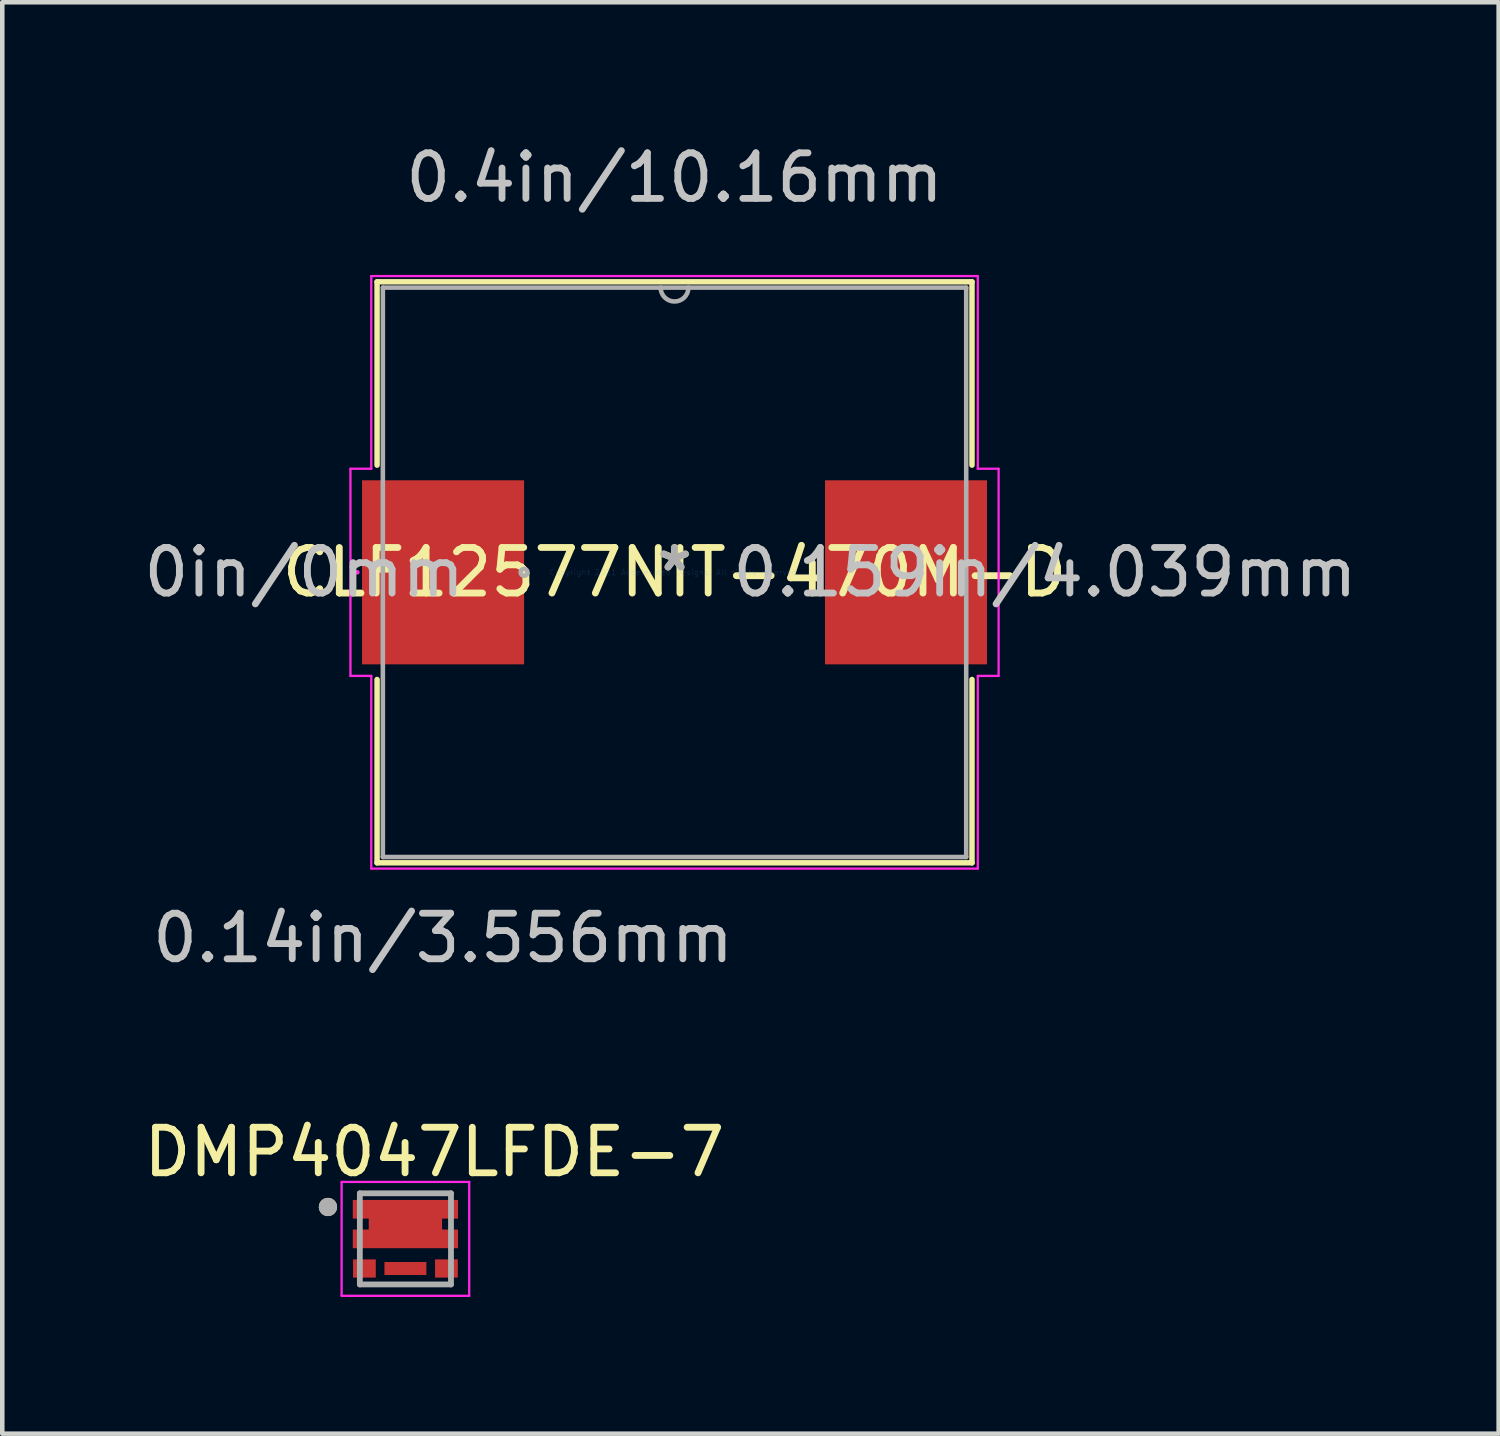
<source format=kicad_pcb>
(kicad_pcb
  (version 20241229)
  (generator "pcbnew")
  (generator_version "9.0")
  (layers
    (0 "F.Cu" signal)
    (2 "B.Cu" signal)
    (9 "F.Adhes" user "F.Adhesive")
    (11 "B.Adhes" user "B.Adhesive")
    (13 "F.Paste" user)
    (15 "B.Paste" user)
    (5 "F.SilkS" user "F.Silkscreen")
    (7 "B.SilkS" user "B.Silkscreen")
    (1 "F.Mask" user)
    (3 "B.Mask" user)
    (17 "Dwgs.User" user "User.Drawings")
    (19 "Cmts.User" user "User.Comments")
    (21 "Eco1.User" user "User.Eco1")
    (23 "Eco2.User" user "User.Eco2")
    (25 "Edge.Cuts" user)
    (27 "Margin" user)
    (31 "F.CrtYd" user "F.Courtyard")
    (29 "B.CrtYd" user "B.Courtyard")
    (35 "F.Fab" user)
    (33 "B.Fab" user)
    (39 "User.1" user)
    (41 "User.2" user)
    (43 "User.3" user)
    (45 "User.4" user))
  (footprint "CLF12577NIT-470M-D"
    (layer "F.Cu")
    (at 11.753 9.51)
    (property "Reference" "CLF12577NIT-470M-D" (at 0 0 0) (layer "F.SilkS") (effects (font (size 1 1) (thickness 0.15))))
    (attr through_hole)
    (fp_line (start -6.528 -6.375) (end -6.528 -2.352) (stroke (width 0.12) (type solid)) (layer "F.SilkS"))
    (fp_line (start -6.528 2.352) (end -6.528 6.375) (stroke (width 0.12) (type solid)) (layer "F.SilkS"))
    (fp_line (start -6.528 6.375) (end 6.528 6.375) (stroke (width 0.12) (type solid)) (layer "F.SilkS"))
    (fp_line (start 6.528 -6.375) (end -6.528 -6.375) (stroke (width 0.12) (type solid)) (layer "F.SilkS"))
    (fp_line (start 6.528 -2.352) (end 6.528 -6.375) (stroke (width 0.12) (type solid)) (layer "F.SilkS"))
    (fp_line (start 6.528 6.375) (end 6.528 2.352) (stroke (width 0.12) (type solid)) (layer "F.SilkS"))
    (fp_line (start -7.112 -2.273) (end -6.655 -2.273) (stroke (width 0.05) (type solid)) (layer "F.CrtYd"))
    (fp_line (start -7.112 2.273) (end -7.112 -2.273) (stroke (width 0.05) (type solid)) (layer "F.CrtYd"))
    (fp_line (start -6.655 -6.502) (end 6.655 -6.502) (stroke (width 0.05) (type solid)) (layer "F.CrtYd"))
    (fp_line (start -6.655 -2.273) (end -6.655 -6.502) (stroke (width 0.05) (type solid)) (layer "F.CrtYd"))
    (fp_line (start -6.655 2.273) (end -7.112 2.273) (stroke (width 0.05) (type solid)) (layer "F.CrtYd"))
    (fp_line (start -6.655 6.502) (end -6.655 2.273) (stroke (width 0.05) (type solid)) (layer "F.CrtYd"))
    (fp_line (start 6.655 -6.502) (end 6.655 -2.273) (stroke (width 0.05) (type solid)) (layer "F.CrtYd"))
    (fp_line (start 6.655 -2.273) (end 7.112 -2.273) (stroke (width 0.05) (type solid)) (layer "F.CrtYd"))
    (fp_line (start 6.655 2.273) (end 6.655 6.502) (stroke (width 0.05) (type solid)) (layer "F.CrtYd"))
    (fp_line (start 6.655 6.502) (end -6.655 6.502) (stroke (width 0.05) (type solid)) (layer "F.CrtYd"))
    (fp_line (start 7.112 -2.273) (end 7.112 2.273) (stroke (width 0.05) (type solid)) (layer "F.CrtYd"))
    (fp_line (start 7.112 2.273) (end 6.655 2.273) (stroke (width 0.05) (type solid)) (layer "F.CrtYd"))
    (fp_circle (center -6.96 0) (end -6.96 0) (stroke (width 0.05) (type solid)) (fill no) (layer "F.CrtYd"))
    (fp_line (start -6.401 -6.248) (end -6.401 6.248) (stroke (width 0.1) (type solid)) (layer "F.Fab"))
    (fp_line (start -6.401 6.248) (end 6.401 6.248) (stroke (width 0.1) (type solid)) (layer "F.Fab"))
    (fp_line (start 6.401 -6.248) (end -6.401 -6.248) (stroke (width 0.1) (type solid)) (layer "F.Fab"))
    (fp_line (start 6.401 6.248) (end 6.401 -6.248) (stroke (width 0.1) (type solid)) (layer "F.Fab"))
    (fp_arc (start 0.3048 -6.2484) (mid 0 -5.9436) (end -0.3048 -6.2484) (stroke (width 0.1) (type solid)) (layer "F.Fab"))
    (fp_circle (center -3.302 0) (end -3.226 0) (stroke (width 0.1) (type solid)) (fill no) (layer "F.Fab"))
    (fp_text user "*" (at 0 0 0) (layer "F.SilkS") (effects (font (size 1 1) (thickness 0.15))))
    (fp_text user "0in/0mm" (at -8.128 0 0) (layer "Dwgs.User") (effects (font (size 1 1) (thickness 0.15))))
    (fp_text user "0.159in/4.039mm" (at 8.128 0 0) (layer "Dwgs.User") (effects (font (size 1 1) (thickness 0.15))))
    (fp_text user "0.14in/3.556mm" (at -5.08 8.026 0) (layer "Dwgs.User") (effects (font (size 1 1) (thickness 0.15))))
    (fp_text user "0.4in/10.16mm" (at 0 -8.661 0) (layer "Dwgs.User") (effects (font (size 1 1) (thickness 0.15))))
    (fp_text user "Copyright 2021 Accelerated Designs. All rights reserved." (at 0 0 0) (layer "Cmts.User") (effects (font (size 0.127 0.127) (thickness 0.002))))
    (fp_text user "*" (at 0 0 0) (layer "F.Fab") (effects (font (size 1 1) (thickness 0.15))))
    (pad "1" smd rect (at -5.08 0) (size 3.556 4.039) (layers "F.Cu" "F.Mask" "F.Paste"))
    (pad "2" smd rect (at 5.08 0) (size 3.556 4.039) (layers "F.Cu" "F.Mask" "F.Paste")))
  (footprint "DMP4047LFDE-7"
    (layer "F.Cu")
    (at 5.847 24.138)
    (property "Reference" "DMP4047LFDE-7" (at 0.635 -1.905 0) (layer "F.SilkS") (effects (font (size 1 1) (thickness 0.15))))
    (attr through_hole)
    (fp_poly (pts (xy -1.25 -0.95) (xy 1.25 -0.95) (xy 1.25 -0.375) (xy 0.9 -0.375) (xy 0.9 -0.275) (xy 1.25 -0.275) (xy 1.25 0.3) (xy -1.25 0.3) (xy -1.25 -0.275) (xy -0.9 -0.275) (xy -0.9 -0.375) (xy -1.25 -0.375)) (stroke (width 0.01) (type solid)) (fill yes) (layer "F.Mask"))
    (fp_circle (center -1.7 -0.7) (end -1.6 -0.7) (stroke (width 0.2) (type solid)) (fill no) (layer "F.SilkS"))
    (fp_poly (pts (xy -1.15 -0.85) (xy -0.8 -0.85) (xy -0.8 -0.45) (xy -1.15 -0.45)) (stroke (width 0.01) (type solid)) (fill yes) (layer "F.Paste"))
    (fp_poly (pts (xy -1.15 -0.2) (xy -0.8 -0.2) (xy -0.8 0.2) (xy -1.15 0.2)) (stroke (width 0.01) (type solid)) (fill yes) (layer "F.Paste"))
    (fp_poly (pts (xy -0.505 -0.657) (xy 0.505 -0.657) (xy 0.505 0.007) (xy -0.505 0.007)) (stroke (width 0.01) (type solid)) (fill yes) (layer "F.Paste"))
    (fp_poly (pts (xy 0.8 -0.85) (xy 1.15 -0.85) (xy 1.15 -0.45) (xy 0.8 -0.45)) (stroke (width 0.01) (type solid)) (fill yes) (layer "F.Paste"))
    (fp_poly (pts (xy 0.8 -0.2) (xy 1.15 -0.2) (xy 1.15 0.2) (xy 0.8 0.2)) (stroke (width 0.01) (type solid)) (fill yes) (layer "F.Paste"))
    (fp_line (start -1.4 -1.25) (end 1.4 -1.25) (stroke (width 0.05) (type solid)) (layer "F.CrtYd"))
    (fp_line (start -1.4 1.25) (end -1.4 -1.25) (stroke (width 0.05) (type solid)) (layer "F.CrtYd"))
    (fp_line (start 1.4 -1.25) (end 1.4 1.25) (stroke (width 0.05) (type solid)) (layer "F.CrtYd"))
    (fp_line (start 1.4 1.25) (end -1.4 1.25) (stroke (width 0.05) (type solid)) (layer "F.CrtYd"))
    (fp_line (start -1 -1) (end 1 -1) (stroke (width 0.127) (type solid)) (layer "F.Fab"))
    (fp_line (start -1 1) (end -1 -1) (stroke (width 0.127) (type solid)) (layer "F.Fab"))
    (fp_line (start 1 -1) (end 1 1) (stroke (width 0.127) (type solid)) (layer "F.Fab"))
    (fp_line (start 1 1) (end -1 1) (stroke (width 0.127) (type solid)) (layer "F.Fab"))
    (fp_circle (center -1.7 -0.7) (end -1.6 -0.7) (stroke (width 0.2) (type solid)) (fill no) (layer "F.Fab"))
    (pad "1" smd custom (at 0 -0.325) (size 0.5 0.5) (layers "F.Cu") (options (anchor rect)) (primitives (gr_poly (pts (xy 1.15 -0.125) (xy 0.8 -0.125) (xy 0.8 0.125) (xy 1.15 0.125) (xy 1.15 0.525) (xy -1.15 0.525) (xy -1.15 0.125) (xy -0.8 0.125) (xy -0.8 -0.125) (xy -1.15 -0.125) (xy -1.15 -0.525) (xy 1.15 -0.525)) (width 0.01) (fill yes))))
    (pad "2" smd rect (at -0.9 0.65) (size 0.5 0.4) (layers "F.Cu" "F.Mask" "F.Paste"))
    (pad "3" smd rect (at 0 0.65) (size 0.92 0.285) (layers "F.Cu" "F.Mask" "F.Paste"))
    (pad "3" smd rect (at 0.9 0.65) (size 0.5 0.4) (layers "F.Cu" "F.Mask" "F.Paste")))
  (gr_rect
    (start -3 -3)
    (end 29.839 28.413)
    (stroke (width 0.1) (type default))
    (fill no)
    (layer "Edge.Cuts")))
</source>
